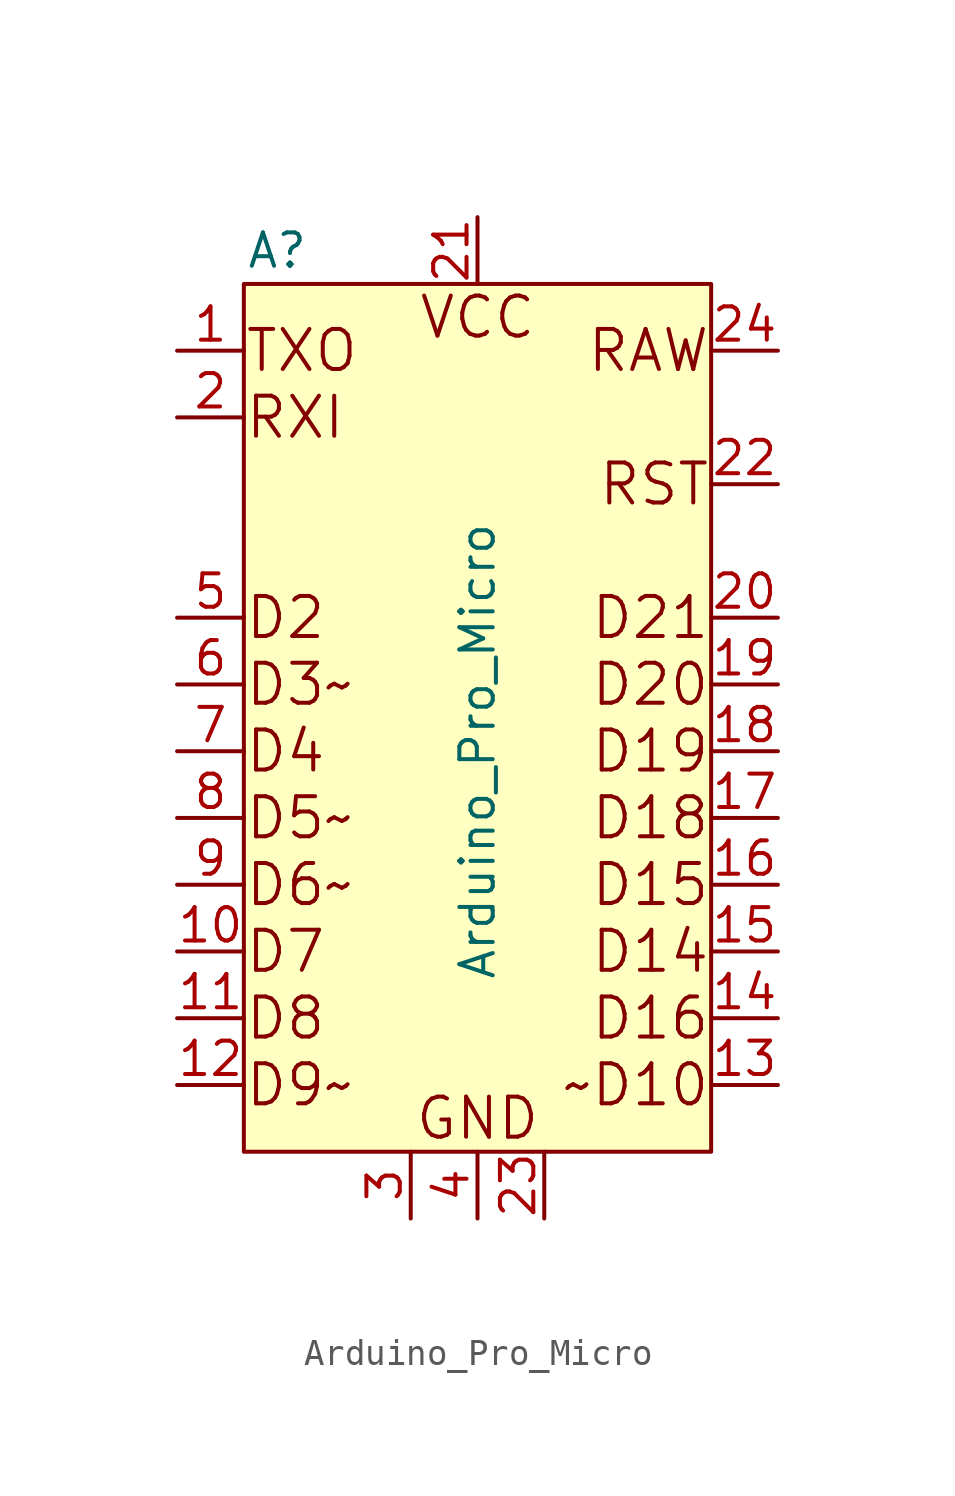
<source format=kicad_sym>
(kicad_symbol_lib
  (version 20231120)
  (generator "kicad_symbol_editor")
  (generator_version "8.0")
  (symbol "Arduino_Pro_Micro"
    (pin_names
      (offset 1.016) hide)
    (property "Reference" "A"
      (at 3.81 3.81 0)
      (effects (font (size 1.27 1.27))))
    (property "Value" "Arduino_Pro_Micro"
      (at 11.43 -15.24 90)
      (effects (font (size 1.27 1.27))))
    (symbol "Arduino_Pro_Micro_0_0"
      (rectangle (start 2.54 2.54) (end 20.32 -30.48) (stroke (width 0) (type solid)) (fill (type background)))
      (text "D14" (at 20.32 -22.86 0) (effects (font (size 1.524 1.524)) (justify right)))
      (text "D15" (at 20.32 -20.32 0) (effects (font (size 1.524 1.524)) (justify right)))
      (text "D16" (at 20.32 -25.4 0) (effects (font (size 1.524 1.524)) (justify right)))
      (text "D18" (at 20.32 -17.78 0) (effects (font (size 1.524 1.524)) (justify right)))
      (text "D19" (at 20.32 -15.24 0) (effects (font (size 1.524 1.524)) (justify right)))
      (text "D2" (at 2.54 -10.16 0) (effects (font (size 1.524 1.524)) (justify left)))
      (text "D20" (at 20.32 -12.7 0) (effects (font (size 1.524 1.524)) (justify right)))
      (text "D21" (at 20.32 -10.16 0) (effects (font (size 1.524 1.524)) (justify right)))
      (text "D3~" (at 2.54 -12.7 0) (effects (font (size 1.524 1.524)) (justify left)))
      (text "D4" (at 2.54 -15.24 0) (effects (font (size 1.524 1.524)) (justify left)))
      (text "D5~" (at 2.54 -17.78 0) (effects (font (size 1.524 1.524)) (justify left)))
      (text "D6~" (at 2.54 -20.32 0) (effects (font (size 1.524 1.524)) (justify left)))
      (text "D7" (at 2.54 -22.86 0) (effects (font (size 1.524 1.524)) (justify left)))
      (text "D8" (at 2.54 -25.4 0) (effects (font (size 1.524 1.524)) (justify left)))
      (text "D9~" (at 2.54 -27.94 0) (effects (font (size 1.524 1.524)) (justify left)))
      (text "GND" (at 11.43 -29.21 0) (effects (font (size 1.524 1.524))))
      (text "RAW" (at 20.32 0 0) (effects (font (size 1.524 1.524)) (justify right)))
      (text "RST" (at 20.32 -5.08 0) (effects (font (size 1.524 1.524)) (justify right)))
      (text "RXI" (at 2.54 -2.54 0) (effects (font (size 1.524 1.524)) (justify left)))
      (text "TXO" (at 2.54 0 0) (effects (font (size 1.524 1.524)) (justify left)))
      (text "VCC" (at 11.43 1.27 0) (effects (font (size 1.524 1.524))))
      (text "~D10" (at 20.32 -27.94 0) (effects (font (size 1.524 1.524)) (justify right))))
    (symbol "Arduino_Pro_Micro_1_1"
      (pin output line (at 0 0 0) (length 2.54) (name "TXO" (effects (font (size 1.27 1.27)))) (number "1" (effects (font (size 1.27 1.27)))))
      (pin bidirectional line (at 0 -22.86 0) (length 2.54) (name "D7" (effects (font (size 1.27 1.27)))) (number "10" (effects (font (size 1.27 1.27)))))
      (pin bidirectional line (at 0 -25.4 0) (length 2.54) (name "D8" (effects (font (size 1.27 1.27)))) (number "11" (effects (font (size 1.27 1.27)))))
      (pin bidirectional line (at 0 -27.94 0) (length 2.54) (name "D9" (effects (font (size 1.27 1.27)))) (number "12" (effects (font (size 1.27 1.27)))))
      (pin bidirectional line (at 22.86 -27.94 180) (length 2.54) (name "D10" (effects (font (size 1.27 1.27)))) (number "13" (effects (font (size 1.27 1.27)))))
      (pin bidirectional line (at 22.86 -25.4 180) (length 2.54) (name "D16" (effects (font (size 1.27 1.27)))) (number "14" (effects (font (size 1.27 1.27)))))
      (pin bidirectional line (at 22.86 -22.86 180) (length 2.54) (name "D14" (effects (font (size 1.27 1.27)))) (number "15" (effects (font (size 1.27 1.27)))))
      (pin bidirectional line (at 22.86 -20.32 180) (length 2.54) (name "D15" (effects (font (size 1.27 1.27)))) (number "16" (effects (font (size 1.27 1.27)))))
      (pin bidirectional line (at 22.86 -17.78 180) (length 2.54) (name "D18" (effects (font (size 1.27 1.27)))) (number "17" (effects (font (size 1.27 1.27)))))
      (pin bidirectional line (at 22.86 -15.24 180) (length 2.54) (name "D19" (effects (font (size 1.27 1.27)))) (number "18" (effects (font (size 1.27 1.27)))))
      (pin bidirectional line (at 22.86 -12.7 180) (length 2.54) (name "D20" (effects (font (size 1.27 1.27)))) (number "19" (effects (font (size 1.27 1.27)))))
      (pin input line (at 0 -2.54 0) (length 2.54) (name "RXI" (effects (font (size 1.27 1.27)))) (number "2" (effects (font (size 1.27 1.27)))))
      (pin bidirectional line (at 22.86 -10.16 180) (length 2.54) (name "D21" (effects (font (size 1.27 1.27)))) (number "20" (effects (font (size 1.27 1.27)))))
      (pin passive line (at 11.43 5.08 270) (length 2.54) (name "VCC" (effects (font (size 1.27 1.27)))) (number "21" (effects (font (size 1.27 1.27)))))
      (pin input line (at 22.86 -5.08 180) (length 2.54) (name "RST" (effects (font (size 1.27 1.27)))) (number "22" (effects (font (size 1.27 1.27)))))
      (pin passive line (at 13.97 -33.02 90) (length 2.54) (name "GND" (effects (font (size 1.27 1.27)))) (number "23" (effects (font (size 1.27 1.27)))))
      (pin power_in line (at 22.86 0 180) (length 2.54) (name "RAW" (effects (font (size 1.27 1.27)))) (number "24" (effects (font (size 1.27 1.27)))))
      (pin passive line (at 8.89 -33.02 90) (length 2.54) (name "GND" (effects (font (size 1.27 1.27)))) (number "3" (effects (font (size 1.27 1.27)))))
      (pin passive line (at 11.43 -33.02 90) (length 2.54) (name "GND" (effects (font (size 1.27 1.27)))) (number "4" (effects (font (size 1.27 1.27)))))
      (pin bidirectional line (at 0 -10.16 0) (length 2.54) (name "D2" (effects (font (size 1.27 1.27)))) (number "5" (effects (font (size 1.27 1.27)))))
      (pin bidirectional line (at 0 -12.7 0) (length 2.54) (name "D3" (effects (font (size 1.27 1.27)))) (number "6" (effects (font (size 1.27 1.27)))))
      (pin bidirectional line (at 0 -15.24 0) (length 2.54) (name "D4" (effects (font (size 1.27 1.27)))) (number "7" (effects (font (size 1.27 1.27)))))
      (pin bidirectional line (at 0 -17.78 0) (length 2.54) (name "D5" (effects (font (size 1.27 1.27)))) (number "8" (effects (font (size 1.27 1.27)))))
      (pin bidirectional line (at 0 -20.32 0) (length 2.54) (name "D6" (effects (font (size 1.27 1.27)))) (number "9" (effects (font (size 1.27 1.27))))))))
</source>
